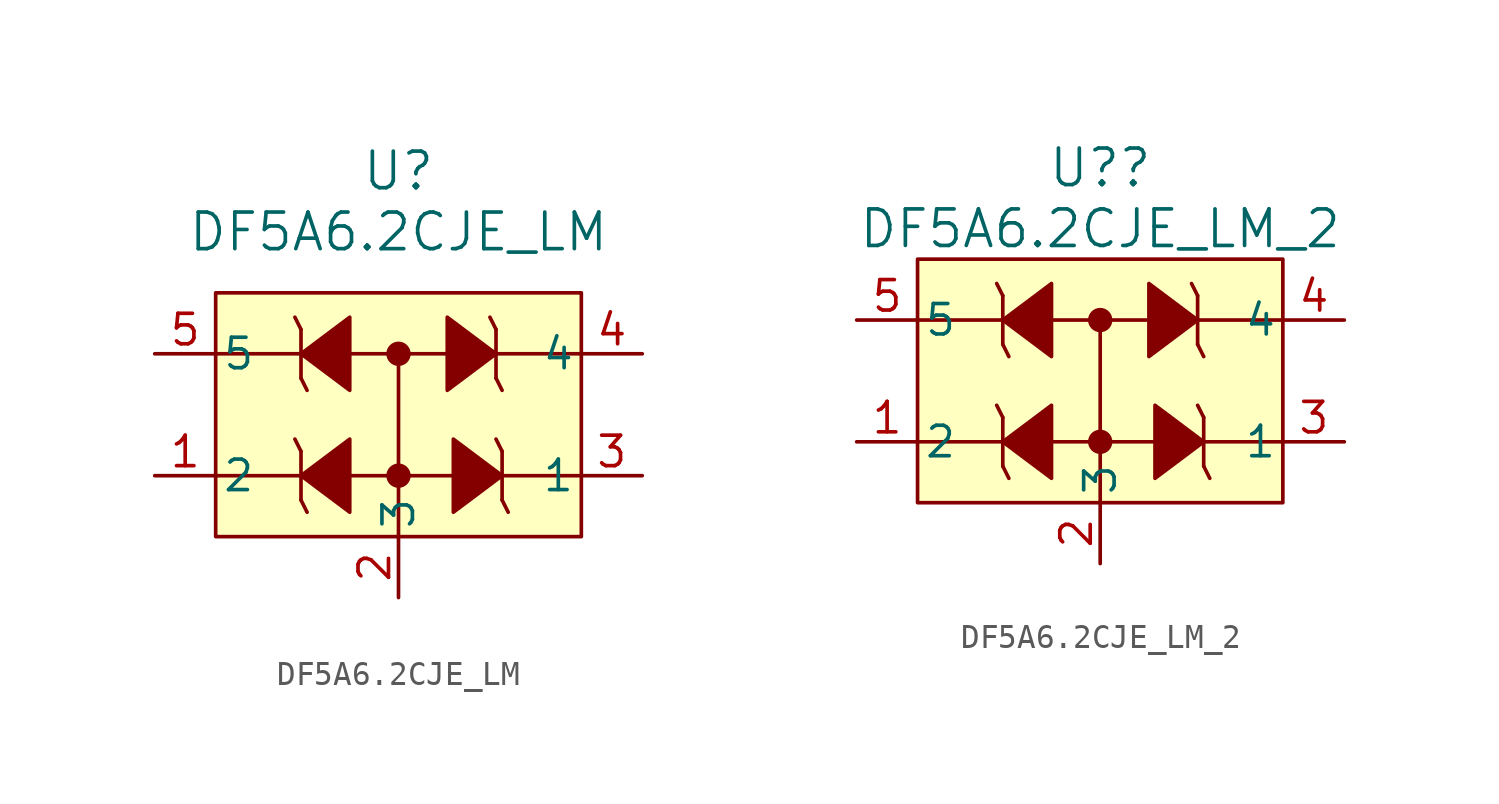
<source format=kicad_sym>
(kicad_symbol_lib
  (version 20211014)
  (generator kicad_symbol_editor)
  (symbol "DF5A6.2CJE_LM"
    (pin_names
      (offset 0.254))
    (property "Reference" "U"
      (at 7.62 5.08 0)
      (effects (font (size 1.524 1.524))))
    (property "Value" "DF5A6.2CJE_LM"
      (at 7.62 2.54 0)
      (effects (font (size 1.524 1.524))))
    (property "ki_locked" ""
      (at 0 0 0)
      (effects (font (size 1.27 1.27))))
    (symbol "DF5A6.2CJE_LM_0_1"
      (polyline (pts (xy 0 -7.62) (xy 15.24 -7.62)) (stroke (width 0) (type default) (color 0 0 0 0)) (fill (type none)))
      (polyline (pts (xy 0 -2.54) (xy 15.24 -2.54)) (stroke (width 0) (type default) (color 0 0 0 0)) (fill (type none)))
      (polyline (pts (xy 3.556 -6.604) (xy 3.302 -6.096)) (stroke (width 0) (type default) (color 0 0 0 0)) (fill (type none)))
      (polyline (pts (xy 3.556 -6.604) (xy 3.556 -8.636)) (stroke (width 0) (type default) (color 0 0 0 0)) (fill (type none)))
      (polyline (pts (xy 3.556 -1.524) (xy 3.302 -1.016)) (stroke (width 0) (type default) (color 0 0 0 0)) (fill (type none)))
      (polyline (pts (xy 3.556 -1.524) (xy 3.556 -3.556)) (stroke (width 0) (type default) (color 0 0 0 0)) (fill (type none)))
      (polyline (pts (xy 3.81 -9.144) (xy 3.556 -8.636)) (stroke (width 0) (type default) (color 0 0 0 0)) (fill (type none)))
      (polyline (pts (xy 3.81 -4.064) (xy 3.556 -3.556)) (stroke (width 0) (type default) (color 0 0 0 0)) (fill (type none)))
      (polyline (pts (xy 7.62 -2.54) (xy 7.62 -10.16)) (stroke (width 0) (type default) (color 0 0 0 0)) (fill (type none)))
      (polyline (pts (xy 11.43 -1.016) (xy 11.684 -1.524)) (stroke (width 0) (type default) (color 0 0 0 0)) (fill (type none)))
      (polyline (pts (xy 11.684 -6.096) (xy 11.938 -6.604)) (stroke (width 0) (type default) (color 0 0 0 0)) (fill (type none)))
      (polyline (pts (xy 11.684 -3.556) (xy 11.684 -1.524)) (stroke (width 0) (type default) (color 0 0 0 0)) (fill (type none)))
      (polyline (pts (xy 11.684 -3.556) (xy 11.938 -4.064)) (stroke (width 0) (type default) (color 0 0 0 0)) (fill (type none)))
      (polyline (pts (xy 11.938 -8.636) (xy 11.938 -6.604)) (stroke (width 0) (type default) (color 0 0 0 0)) (fill (type none)))
      (polyline (pts (xy 11.938 -8.636) (xy 12.192 -9.144)) (stroke (width 0) (type default) (color 0 0 0 0)) (fill (type none)))
      (polyline (pts (xy 5.588 -9.144) (xy 5.588 -9.144) (xy 5.588 -6.096) (xy 3.556 -7.62) (xy 5.588 -9.144)) (stroke (width 0) (type default) (color 0 0 0 0)) (fill (type outline)))
      (polyline (pts (xy 5.588 -4.064) (xy 5.588 -4.064) (xy 5.588 -1.016) (xy 3.556 -2.54) (xy 5.588 -4.064)) (stroke (width 0) (type default) (color 0 0 0 0)) (fill (type outline)))
      (polyline (pts (xy 9.652 -1.016) (xy 9.652 -1.016) (xy 9.652 -4.064) (xy 11.684 -2.54) (xy 9.652 -1.016)) (stroke (width 0) (type default) (color 0 0 0 0)) (fill (type outline)))
      (polyline (pts (xy 9.906 -6.096) (xy 9.906 -6.096) (xy 9.906 -9.144) (xy 11.938 -7.62) (xy 9.906 -6.096)) (stroke (width 0) (type default) (color 0 0 0 0)) (fill (type outline)))
      (circle (center 7.62 -7.62) (radius 0.254) (stroke (width 0.508) (type default) (color 0 0 0 0)) (fill (type none)))
      (circle (center 7.62 -2.54) (radius 0.254) (stroke (width 0.508) (type default) (color 0 0 0 0)) (fill (type none)))
      (pin unspecified line (at -2.54 -7.62 0) (length 2.54) (name "2" (effects (font (size 1.27 1.27)))) (number "1" (effects (font (size 1.27 1.27)))))
      (pin unspecified line (at 7.62 -12.7 90) (length 2.54) (name "3" (effects (font (size 1.27 1.27)))) (number "2" (effects (font (size 1.27 1.27)))))
      (pin unspecified line (at 17.78 -7.62 180) (length 2.54) (name "1" (effects (font (size 1.27 1.27)))) (number "3" (effects (font (size 1.27 1.27)))))
      (pin unspecified line (at 17.78 -2.54 180) (length 2.54) (name "4" (effects (font (size 1.27 1.27)))) (number "4" (effects (font (size 1.27 1.27)))))
      (pin unspecified line (at -2.54 -2.54 0) (length 2.54) (name "5" (effects (font (size 1.27 1.27)))) (number "5" (effects (font (size 1.27 1.27))))))
    (symbol "DF5A6.2CJE_LM_1_1"
      (rectangle (start 15.24 0) (end 0 -10.16) (stroke (width 0) (type default) (color 0 0 0 0)) (fill (type background)))))
  (symbol "DF5A6.2CJE_LM_2"
    (pin_names
      (offset 0.254))
    (property "Reference" "U?"
      (at 7.62 3.81 0)
      (effects (font (size 1.524 1.524))))
    (property "Value" "DF5A6.2CJE_LM_2"
      (at 7.62 1.27 0)
      (effects (font (size 1.524 1.524))))
    (property "ki_locked" ""
      (at 0 0 0)
      (effects (font (size 1.27 1.27))))
    (symbol "DF5A6.2CJE_LM_2_0_1"
      (polyline (pts (xy 0 -7.62) (xy 15.24 -7.62)) (stroke (width 0) (type default) (color 0 0 0 0)) (fill (type none)))
      (polyline (pts (xy 0 -2.54) (xy 15.24 -2.54)) (stroke (width 0) (type default) (color 0 0 0 0)) (fill (type none)))
      (polyline (pts (xy 3.556 -6.604) (xy 3.302 -6.096)) (stroke (width 0) (type default) (color 0 0 0 0)) (fill (type none)))
      (polyline (pts (xy 3.556 -6.604) (xy 3.556 -8.636)) (stroke (width 0) (type default) (color 0 0 0 0)) (fill (type none)))
      (polyline (pts (xy 3.556 -1.524) (xy 3.302 -1.016)) (stroke (width 0) (type default) (color 0 0 0 0)) (fill (type none)))
      (polyline (pts (xy 3.556 -1.524) (xy 3.556 -3.556)) (stroke (width 0) (type default) (color 0 0 0 0)) (fill (type none)))
      (polyline (pts (xy 3.81 -9.144) (xy 3.556 -8.636)) (stroke (width 0) (type default) (color 0 0 0 0)) (fill (type none)))
      (polyline (pts (xy 3.81 -4.064) (xy 3.556 -3.556)) (stroke (width 0) (type default) (color 0 0 0 0)) (fill (type none)))
      (polyline (pts (xy 7.62 -2.54) (xy 7.62 -10.16)) (stroke (width 0) (type default) (color 0 0 0 0)) (fill (type none)))
      (polyline (pts (xy 11.43 -1.016) (xy 11.684 -1.524)) (stroke (width 0) (type default) (color 0 0 0 0)) (fill (type none)))
      (polyline (pts (xy 11.684 -6.096) (xy 11.938 -6.604)) (stroke (width 0) (type default) (color 0 0 0 0)) (fill (type none)))
      (polyline (pts (xy 11.684 -3.556) (xy 11.684 -1.524)) (stroke (width 0) (type default) (color 0 0 0 0)) (fill (type none)))
      (polyline (pts (xy 11.684 -3.556) (xy 11.938 -4.064)) (stroke (width 0) (type default) (color 0 0 0 0)) (fill (type none)))
      (polyline (pts (xy 11.938 -8.636) (xy 11.938 -6.604)) (stroke (width 0) (type default) (color 0 0 0 0)) (fill (type none)))
      (polyline (pts (xy 11.938 -8.636) (xy 12.192 -9.144)) (stroke (width 0) (type default) (color 0 0 0 0)) (fill (type none)))
      (polyline (pts (xy 5.588 -9.144) (xy 5.588 -9.144) (xy 5.588 -6.096) (xy 3.556 -7.62) (xy 5.588 -9.144)) (stroke (width 0) (type default) (color 0 0 0 0)) (fill (type outline)))
      (polyline (pts (xy 5.588 -4.064) (xy 5.588 -4.064) (xy 5.588 -1.016) (xy 3.556 -2.54) (xy 5.588 -4.064)) (stroke (width 0) (type default) (color 0 0 0 0)) (fill (type outline)))
      (polyline (pts (xy 9.652 -1.016) (xy 9.652 -1.016) (xy 9.652 -4.064) (xy 11.684 -2.54) (xy 9.652 -1.016)) (stroke (width 0) (type default) (color 0 0 0 0)) (fill (type outline)))
      (polyline (pts (xy 9.906 -6.096) (xy 9.906 -6.096) (xy 9.906 -9.144) (xy 11.938 -7.62) (xy 9.906 -6.096)) (stroke (width 0) (type default) (color 0 0 0 0)) (fill (type outline)))
      (circle (center 7.62 -7.62) (radius 0.254) (stroke (width 0.508) (type default) (color 0 0 0 0)) (fill (type none)))
      (circle (center 7.62 -2.54) (radius 0.254) (stroke (width 0.508) (type default) (color 0 0 0 0)) (fill (type none)))
      (pin unspecified line (at -2.54 -7.62 0) (length 2.54) (name "2" (effects (font (size 1.27 1.27)))) (number "1" (effects (font (size 1.27 1.27)))))
      (pin unspecified line (at 7.62 -12.7 90) (length 2.54) (name "3" (effects (font (size 1.27 1.27)))) (number "2" (effects (font (size 1.27 1.27)))))
      (pin unspecified line (at 17.805 -7.62 180) (length 2.54) (name "1" (effects (font (size 1.27 1.27)))) (number "3" (effects (font (size 1.27 1.27)))))
      (pin unspecified line (at 17.805 -2.54 180) (length 2.54) (name "4" (effects (font (size 1.27 1.27)))) (number "4" (effects (font (size 1.27 1.27)))))
      (pin unspecified line (at -2.54 -2.54 0) (length 2.54) (name "5" (effects (font (size 1.27 1.27)))) (number "5" (effects (font (size 1.27 1.27))))))
    (symbol "DF5A6.2CJE_LM_2_1_1"
      (rectangle (start 15.24 0) (end 0 -10.16) (stroke (width 0) (type default) (color 0 0 0 0)) (fill (type background))))))
</source>
